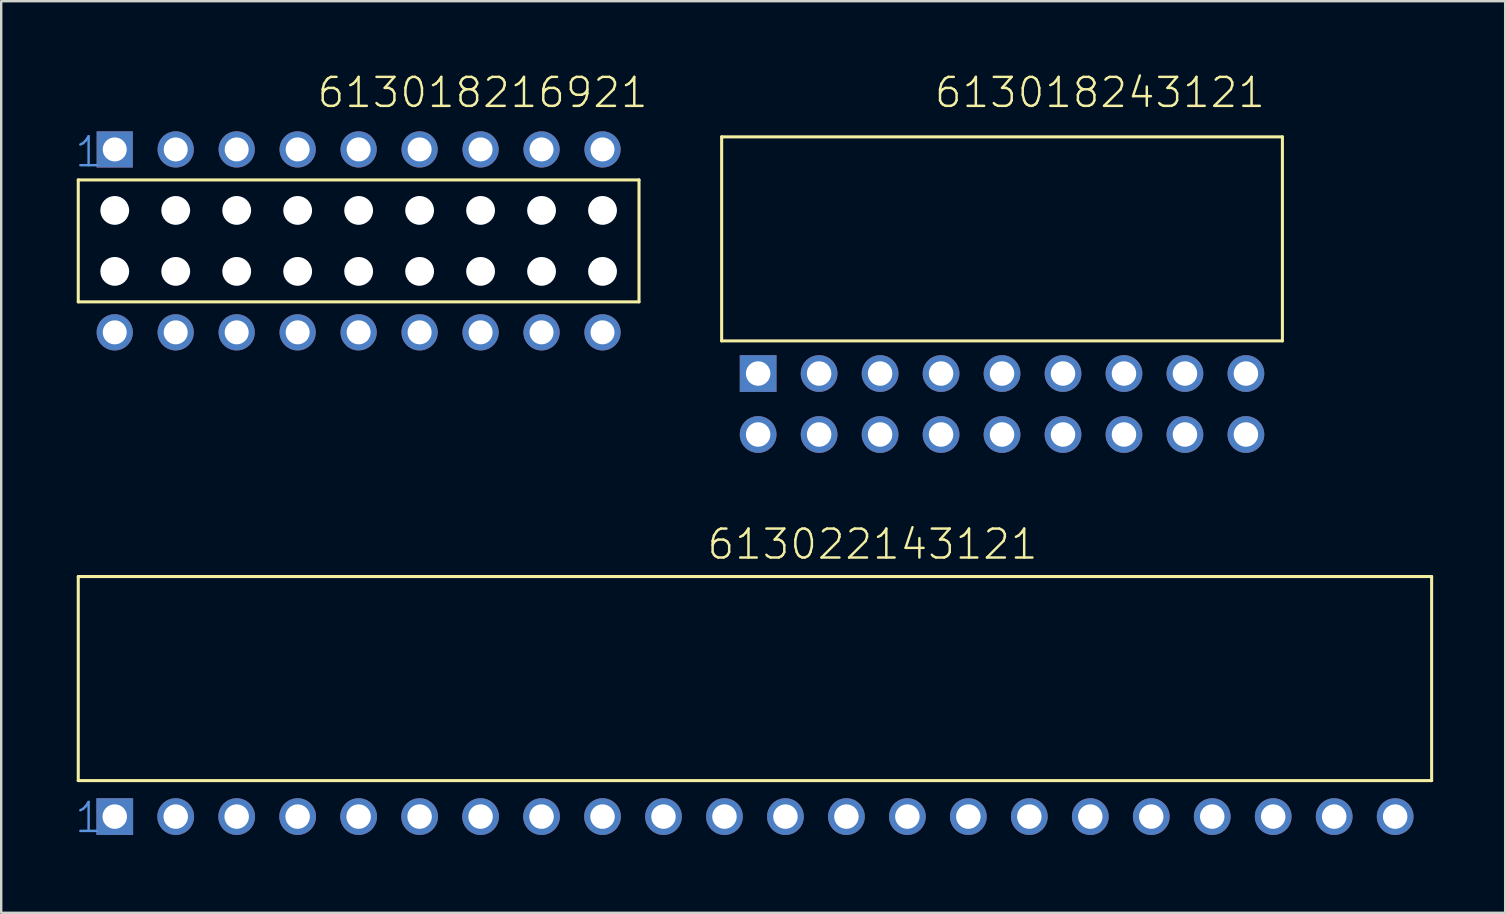
<source format=kicad_pcb>
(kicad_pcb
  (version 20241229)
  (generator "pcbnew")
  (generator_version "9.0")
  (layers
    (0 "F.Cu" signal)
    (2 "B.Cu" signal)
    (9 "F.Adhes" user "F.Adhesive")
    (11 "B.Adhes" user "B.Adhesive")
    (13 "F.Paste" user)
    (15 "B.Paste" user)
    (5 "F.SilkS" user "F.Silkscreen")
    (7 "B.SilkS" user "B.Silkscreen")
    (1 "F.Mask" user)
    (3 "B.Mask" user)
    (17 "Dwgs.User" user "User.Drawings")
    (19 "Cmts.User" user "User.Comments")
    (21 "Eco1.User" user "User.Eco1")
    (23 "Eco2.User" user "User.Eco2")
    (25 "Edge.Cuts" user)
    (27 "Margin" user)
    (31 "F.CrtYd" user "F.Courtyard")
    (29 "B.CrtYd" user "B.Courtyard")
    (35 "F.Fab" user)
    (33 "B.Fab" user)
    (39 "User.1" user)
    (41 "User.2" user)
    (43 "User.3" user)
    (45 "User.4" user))
  (footprint "613018216921"
    (layer "F.Cu")
    (at 11.89 6.985)
    (property "Reference" "613018216921" (at -1.793 -5.474 0) (layer "F.SilkS") (effects (font (size 1.206 1.206) (thickness 0.102)) (justify left bottom)))
    (attr through_hole)
    (fp_line (start -11.68 -2.54) (end -11.68 2.54) (stroke (width 0.127) (type solid)) (layer "F.SilkS"))
    (fp_line (start -11.68 2.54) (end 11.68 2.54) (stroke (width 0.127) (type solid)) (layer "F.SilkS"))
    (fp_line (start 11.68 -2.54) (end -11.68 -2.54) (stroke (width 0.127) (type solid)) (layer "F.SilkS"))
    (fp_line (start 11.68 2.54) (end 11.68 -2.54) (stroke (width 0.127) (type solid)) (layer "F.SilkS"))
    (fp_text user "1" (at -11.89 -3 0) (layer "Cmts.User") (effects (font (size 1.206 1.206) (thickness 0.102)) (justify left bottom)))
    (pad "" np_thru_hole circle (at -10.16 -1.27) (size 1.2 1.2) (drill 1.2) (layers "*.Cu"))
    (pad "" np_thru_hole circle (at -10.16 1.27) (size 1.2 1.2) (drill 1.2) (layers "*.Cu"))
    (pad "" np_thru_hole circle (at -7.62 -1.27) (size 1.2 1.2) (drill 1.2) (layers "*.Cu"))
    (pad "" np_thru_hole circle (at -7.62 1.27) (size 1.2 1.2) (drill 1.2) (layers "*.Cu"))
    (pad "" np_thru_hole circle (at -5.08 -1.27) (size 1.2 1.2) (drill 1.2) (layers "*.Cu"))
    (pad "" np_thru_hole circle (at -5.08 1.27) (size 1.2 1.2) (drill 1.2) (layers "*.Cu"))
    (pad "" np_thru_hole circle (at -2.54 -1.27) (size 1.2 1.2) (drill 1.2) (layers "*.Cu"))
    (pad "" np_thru_hole circle (at -2.54 1.27) (size 1.2 1.2) (drill 1.2) (layers "*.Cu"))
    (pad "" np_thru_hole circle (at 0 -1.27) (size 1.2 1.2) (drill 1.2) (layers "*.Cu"))
    (pad "" np_thru_hole circle (at 0 1.27) (size 1.2 1.2) (drill 1.2) (layers "*.Cu"))
    (pad "" np_thru_hole circle (at 2.54 -1.27) (size 1.2 1.2) (drill 1.2) (layers "*.Cu"))
    (pad "" np_thru_hole circle (at 2.54 1.27) (size 1.2 1.2) (drill 1.2) (layers "*.Cu"))
    (pad "" np_thru_hole circle (at 5.08 -1.27) (size 1.2 1.2) (drill 1.2) (layers "*.Cu"))
    (pad "" np_thru_hole circle (at 5.08 1.27) (size 1.2 1.2) (drill 1.2) (layers "*.Cu"))
    (pad "" np_thru_hole circle (at 7.62 -1.27) (size 1.2 1.2) (drill 1.2) (layers "*.Cu"))
    (pad "" np_thru_hole circle (at 7.62 1.27) (size 1.2 1.2) (drill 1.2) (layers "*.Cu"))
    (pad "" np_thru_hole circle (at 10.16 -1.27) (size 1.2 1.2) (drill 1.2) (layers "*.Cu"))
    (pad "" np_thru_hole circle (at 10.16 1.27) (size 1.2 1.2) (drill 1.2) (layers "*.Cu"))
    (pad "1" thru_hole rect (at -10.16 -3.81) (size 1.508 1.508) (drill 1) (layers "*.Cu" "*.Mask"))
    (pad "2" thru_hole circle (at -7.62 -3.81) (size 1.508 1.508) (drill 1) (layers "*.Cu" "*.Mask"))
    (pad "3" thru_hole circle (at -5.08 -3.81) (size 1.508 1.508) (drill 1) (layers "*.Cu" "*.Mask"))
    (pad "4" thru_hole circle (at -2.54 -3.81) (size 1.508 1.508) (drill 1) (layers "*.Cu" "*.Mask"))
    (pad "5" thru_hole circle (at 0 -3.81) (size 1.508 1.508) (drill 1) (layers "*.Cu" "*.Mask"))
    (pad "6" thru_hole circle (at 2.54 -3.81) (size 1.508 1.508) (drill 1) (layers "*.Cu" "*.Mask"))
    (pad "7" thru_hole circle (at 5.08 -3.81) (size 1.508 1.508) (drill 1) (layers "*.Cu" "*.Mask"))
    (pad "8" thru_hole circle (at 7.62 -3.81) (size 1.508 1.508) (drill 1) (layers "*.Cu" "*.Mask"))
    (pad "9" thru_hole circle (at 10.16 -3.81) (size 1.508 1.508) (drill 1) (layers "*.Cu" "*.Mask"))
    (pad "10" thru_hole circle (at 10.16 3.81) (size 1.508 1.508) (drill 1) (layers "*.Cu" "*.Mask"))
    (pad "11" thru_hole circle (at 7.62 3.81) (size 1.508 1.508) (drill 1) (layers "*.Cu" "*.Mask"))
    (pad "12" thru_hole circle (at 5.08 3.81) (size 1.508 1.508) (drill 1) (layers "*.Cu" "*.Mask"))
    (pad "13" thru_hole circle (at 2.54 3.81) (size 1.508 1.508) (drill 1) (layers "*.Cu" "*.Mask"))
    (pad "14" thru_hole circle (at 0 3.81) (size 1.508 1.508) (drill 1) (layers "*.Cu" "*.Mask"))
    (pad "15" thru_hole circle (at -2.54 3.81) (size 1.508 1.508) (drill 1) (layers "*.Cu" "*.Mask"))
    (pad "16" thru_hole circle (at -5.08 3.81) (size 1.508 1.508) (drill 1) (layers "*.Cu" "*.Mask"))
    (pad "17" thru_hole circle (at -7.62 3.81) (size 1.508 1.508) (drill 1) (layers "*.Cu" "*.Mask"))
    (pad "18" thru_hole circle (at -10.16 3.81) (size 1.508 1.508) (drill 1) (layers "*.Cu" "*.Mask")))
  (footprint "613018243121"
    (layer "F.Cu")
    (at 38.693 12.511)
    (property "Reference" "613018243121" (at -2.88 -11 0) (layer "F.SilkS") (effects (font (size 1.206 1.206) (thickness 0.102)) (justify left bottom)))
    (attr through_hole)
    (fp_line (start -11.68 -9.86) (end -11.68 -1.36) (stroke (width 0.127) (type solid)) (layer "F.SilkS"))
    (fp_line (start -11.68 -9.86) (end 11.68 -9.86) (stroke (width 0.127) (type solid)) (layer "F.SilkS"))
    (fp_line (start -11.68 -1.36) (end 11.68 -1.36) (stroke (width 0.127) (type solid)) (layer "F.SilkS"))
    (fp_line (start 11.68 -1.36) (end 11.68 -9.86) (stroke (width 0.127) (type solid)) (layer "F.SilkS"))
    (pad "1" thru_hole rect (at -10.16 0) (size 1.53 1.53) (drill 1.02) (layers "*.Cu" "*.Mask"))
    (pad "2" thru_hole circle (at -7.62 0) (size 1.53 1.53) (drill 1.02) (layers "*.Cu" "*.Mask"))
    (pad "3" thru_hole circle (at -5.08 0) (size 1.53 1.53) (drill 1.02) (layers "*.Cu" "*.Mask"))
    (pad "4" thru_hole circle (at -2.54 0) (size 1.53 1.53) (drill 1.02) (layers "*.Cu" "*.Mask"))
    (pad "5" thru_hole circle (at 0 0) (size 1.53 1.53) (drill 1.02) (layers "*.Cu" "*.Mask"))
    (pad "6" thru_hole circle (at 2.54 0) (size 1.53 1.53) (drill 1.02) (layers "*.Cu" "*.Mask"))
    (pad "7" thru_hole circle (at 5.08 0) (size 1.53 1.53) (drill 1.02) (layers "*.Cu" "*.Mask"))
    (pad "8" thru_hole circle (at 7.62 0) (size 1.53 1.53) (drill 1.02) (layers "*.Cu" "*.Mask"))
    (pad "9" thru_hole circle (at 10.16 0) (size 1.53 1.53) (drill 1.02) (layers "*.Cu" "*.Mask"))
    (pad "10" thru_hole circle (at 10.16 2.54) (size 1.53 1.53) (drill 1.02) (layers "*.Cu" "*.Mask"))
    (pad "11" thru_hole circle (at 7.62 2.54) (size 1.53 1.53) (drill 1.02) (layers "*.Cu" "*.Mask"))
    (pad "12" thru_hole circle (at 5.08 2.54) (size 1.53 1.53) (drill 1.02) (layers "*.Cu" "*.Mask"))
    (pad "13" thru_hole circle (at 2.54 2.54) (size 1.53 1.53) (drill 1.02) (layers "*.Cu" "*.Mask"))
    (pad "14" thru_hole circle (at 0 2.54) (size 1.53 1.53) (drill 1.02) (layers "*.Cu" "*.Mask"))
    (pad "15" thru_hole circle (at -2.54 2.54) (size 1.53 1.53) (drill 1.02) (layers "*.Cu" "*.Mask"))
    (pad "16" thru_hole circle (at -5.08 2.54) (size 1.53 1.53) (drill 1.02) (layers "*.Cu" "*.Mask"))
    (pad "17" thru_hole circle (at -7.62 2.54) (size 1.53 1.53) (drill 1.02) (layers "*.Cu" "*.Mask"))
    (pad "18" thru_hole circle (at -10.16 2.54) (size 1.53 1.53) (drill 1.02) (layers "*.Cu" "*.Mask")))
  (footprint "613022143121"
    (layer "F.Cu")
    (at 28.4 30.968)
    (property "Reference" "613022143121" (at -2.06 -10.64 0) (layer "F.SilkS") (effects (font (size 1.206 1.206) (thickness 0.102)) (justify left bottom)))
    (attr through_hole)
    (fp_line (start -28.19 -10) (end -28.19 -1.5) (stroke (width 0.127) (type solid)) (layer "F.SilkS"))
    (fp_line (start -28.19 -10) (end 28.19 -10) (stroke (width 0.127) (type solid)) (layer "F.SilkS"))
    (fp_line (start -28.19 -1.5) (end 28.19 -1.5) (stroke (width 0.127) (type solid)) (layer "F.SilkS"))
    (fp_line (start 28.19 -10) (end 28.19 -1.5) (stroke (width 0.127) (type solid)) (layer "F.SilkS"))
    (fp_text user "1" (at -28.4 0.75 0) (layer "Cmts.User") (effects (font (size 1.206 1.206) (thickness 0.102)) (justify left bottom)))
    (pad "1" thru_hole rect (at -26.67 0) (size 1.53 1.53) (drill 1.02) (layers "*.Cu" "*.Mask"))
    (pad "2" thru_hole circle (at -24.13 0) (size 1.53 1.53) (drill 1.02) (layers "*.Cu" "*.Mask"))
    (pad "3" thru_hole circle (at -21.59 0) (size 1.53 1.53) (drill 1.02) (layers "*.Cu" "*.Mask"))
    (pad "4" thru_hole circle (at -19.05 0) (size 1.53 1.53) (drill 1.02) (layers "*.Cu" "*.Mask"))
    (pad "5" thru_hole circle (at -16.51 0) (size 1.53 1.53) (drill 1.02) (layers "*.Cu" "*.Mask"))
    (pad "6" thru_hole circle (at -13.97 0) (size 1.53 1.53) (drill 1.02) (layers "*.Cu" "*.Mask"))
    (pad "7" thru_hole circle (at -11.43 0) (size 1.53 1.53) (drill 1.02) (layers "*.Cu" "*.Mask"))
    (pad "8" thru_hole circle (at -8.89 0) (size 1.53 1.53) (drill 1.02) (layers "*.Cu" "*.Mask"))
    (pad "9" thru_hole circle (at -6.35 0) (size 1.53 1.53) (drill 1.02) (layers "*.Cu" "*.Mask"))
    (pad "10" thru_hole circle (at -3.81 0) (size 1.53 1.53) (drill 1.02) (layers "*.Cu" "*.Mask"))
    (pad "11" thru_hole circle (at -1.27 0) (size 1.53 1.53) (drill 1.02) (layers "*.Cu" "*.Mask"))
    (pad "12" thru_hole circle (at 1.27 0) (size 1.53 1.53) (drill 1.02) (layers "*.Cu" "*.Mask"))
    (pad "13" thru_hole circle (at 3.81 0) (size 1.53 1.53) (drill 1.02) (layers "*.Cu" "*.Mask"))
    (pad "14" thru_hole circle (at 6.35 0) (size 1.53 1.53) (drill 1.02) (layers "*.Cu" "*.Mask"))
    (pad "15" thru_hole circle (at 8.89 0) (size 1.53 1.53) (drill 1.02) (layers "*.Cu" "*.Mask"))
    (pad "16" thru_hole circle (at 11.43 0) (size 1.53 1.53) (drill 1.02) (layers "*.Cu" "*.Mask"))
    (pad "17" thru_hole circle (at 13.97 0) (size 1.53 1.53) (drill 1.02) (layers "*.Cu" "*.Mask"))
    (pad "18" thru_hole circle (at 16.51 0) (size 1.53 1.53) (drill 1.02) (layers "*.Cu" "*.Mask"))
    (pad "19" thru_hole circle (at 19.05 0) (size 1.53 1.53) (drill 1.02) (layers "*.Cu" "*.Mask"))
    (pad "20" thru_hole circle (at 21.59 0) (size 1.53 1.53) (drill 1.02) (layers "*.Cu" "*.Mask"))
    (pad "21" thru_hole circle (at 24.13 0) (size 1.53 1.53) (drill 1.02) (layers "*.Cu" "*.Mask"))
    (pad "22" thru_hole circle (at 26.67 0) (size 1.53 1.53) (drill 1.02) (layers "*.Cu" "*.Mask")))
  (gr_rect
    (start -3 -3)
    (end 59.654 34.975)
    (stroke (width 0.1) (type default))
    (fill no)
    (layer "Edge.Cuts")))
</source>
